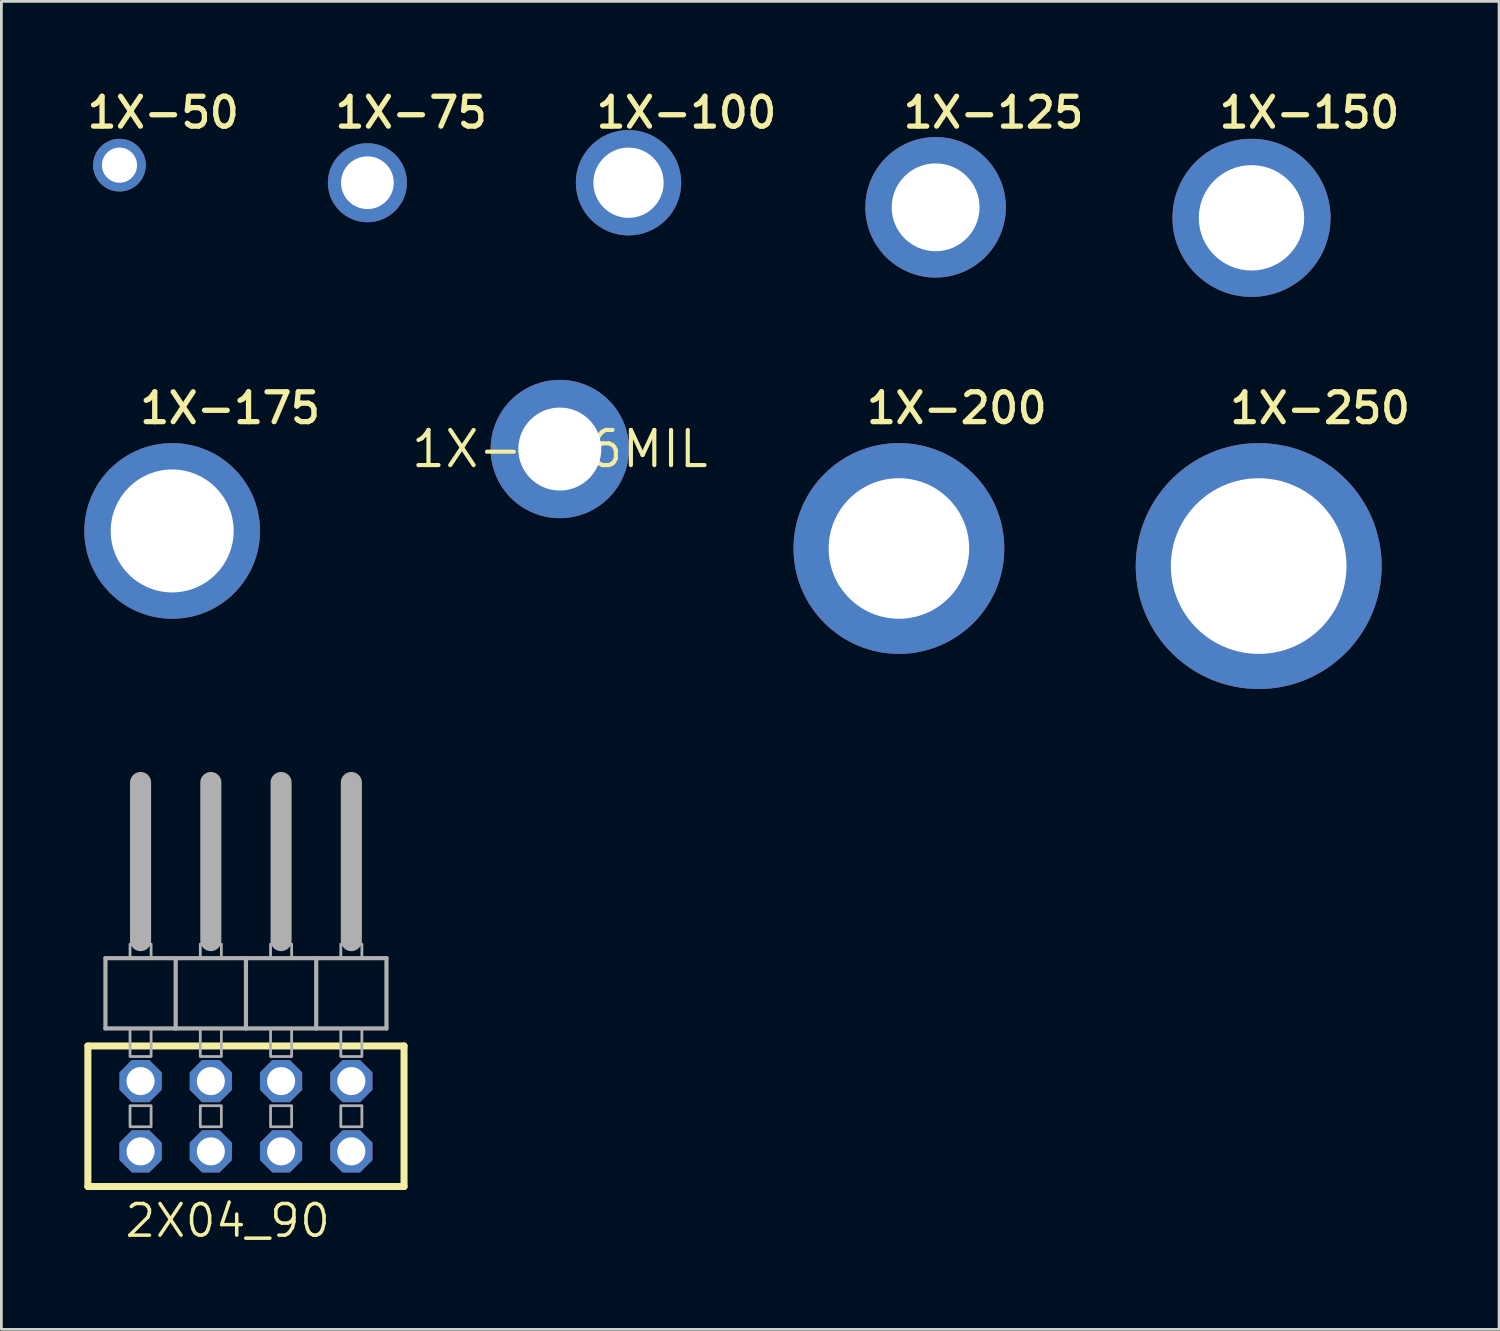
<source format=kicad_pcb>
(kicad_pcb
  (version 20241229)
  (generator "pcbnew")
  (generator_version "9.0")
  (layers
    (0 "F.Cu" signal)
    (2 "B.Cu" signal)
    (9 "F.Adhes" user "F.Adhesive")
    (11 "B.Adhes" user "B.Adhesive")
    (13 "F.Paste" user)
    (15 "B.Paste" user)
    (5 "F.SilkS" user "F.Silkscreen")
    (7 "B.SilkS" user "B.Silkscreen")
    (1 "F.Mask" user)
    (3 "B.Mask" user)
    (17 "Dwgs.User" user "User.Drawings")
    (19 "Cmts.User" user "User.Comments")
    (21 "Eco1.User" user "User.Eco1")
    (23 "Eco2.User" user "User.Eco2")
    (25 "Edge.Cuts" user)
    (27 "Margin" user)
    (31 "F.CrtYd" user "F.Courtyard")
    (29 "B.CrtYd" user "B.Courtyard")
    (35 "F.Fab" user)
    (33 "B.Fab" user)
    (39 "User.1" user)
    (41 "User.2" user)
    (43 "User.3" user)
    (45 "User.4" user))
  (footprint "1X-196MIL"
    (layer "F.Cu")
    (at 17.188 13.184)
    (property "Reference" "1X-196MIL" (at 0 0 0) (layer "F.SilkS") (effects (font (size 1.27 1.27) (thickness 0.15))))
    (pad "P$1" thru_hole circle (at 0 0) (size 5 5) (drill 3) (layers "*.Cu" "*.Mask")))
  (footprint "1X-250"
    (layer "F.Cu")
    (at 42.455 17.415)
    (property "Reference" "1X-250" (at -1.143 -5.08 0) (unlocked yes) (layer "F.SilkS") (effects (font (size 1.079 1.079) (thickness 0.191)) (justify left bottom)))
    (pad "P$1" thru_hole circle (at 0 0) (size 8.89 8.89) (drill 6.35) (layers "*.Cu" "*.Mask")))
  (footprint "1X-125"
    (layer "F.Cu")
    (at 30.775 4.445)
    (property "Reference" "1X-125" (at -1.27 -2.794 0) (unlocked yes) (layer "F.SilkS") (effects (font (size 1.079 1.079) (thickness 0.191)) (justify left bottom)))
    (pad "P$1" thru_hole circle (at 0 0) (size 5.08 5.08) (drill 3.175) (layers "*.Cu" "*.Mask")))
  (footprint "1X-50"
    (layer "F.Cu")
    (at 1.27 2.921)
    (property "Reference" "1X-50" (at -1.27 -1.27 0) (unlocked yes) (layer "F.SilkS") (effects (font (size 1.079 1.079) (thickness 0.191)) (justify left bottom)))
    (pad "P$1" thru_hole circle (at 0 0) (size 1.905 1.905) (drill 1.27) (layers "*.Cu" "*.Mask")))
  (footprint "1X-100"
    (layer "F.Cu")
    (at 19.673 3.556)
    (property "Reference" "1X-100" (at -1.27 -1.905 0) (unlocked yes) (layer "F.SilkS") (effects (font (size 1.079 1.079) (thickness 0.191)) (justify left bottom)))
    (pad "P$1" thru_hole circle (at 0 0) (size 3.81 3.81) (drill 2.54) (layers "*.Cu" "*.Mask")))
  (footprint "1X-175"
    (layer "F.Cu")
    (at 3.175 16.145)
    (property "Reference" "1X-175" (at -1.27 -3.81 0) (unlocked yes) (layer "F.SilkS") (effects (font (size 1.079 1.079) (thickness 0.191)) (justify left bottom)))
    (pad "P$1" thru_hole circle (at 0 0) (size 6.35 6.35) (drill 4.445) (layers "*.Cu" "*.Mask")))
  (footprint "1X-150"
    (layer "F.Cu")
    (at 42.195 4.826)
    (property "Reference" "1X-150" (at -1.27 -3.175 0) (unlocked yes) (layer "F.SilkS") (effects (font (size 1.079 1.079) (thickness 0.191)) (justify left bottom)))
    (pad "P$1" thru_hole circle (at 0 0) (size 5.715 5.715) (drill 3.81) (layers "*.Cu" "*.Mask")))
  (footprint "1X-75"
    (layer "F.Cu")
    (at 10.233 3.556)
    (property "Reference" "1X-75" (at -1.27 -1.905 0) (unlocked yes) (layer "F.SilkS") (effects (font (size 1.079 1.079) (thickness 0.191)) (justify left bottom)))
    (pad "P$1" thru_hole circle (at 0 0) (size 2.857 2.857) (drill 1.905) (layers "*.Cu" "*.Mask")))
  (footprint "2X04_90"
    (layer "F.Cu")
    (at 5.842 32.225)
    (property "Reference" "2X04_90" (at -4.445 9.525 0) (unlocked yes) (layer "F.SilkS") (effects (font (size 1.143 1.143) (thickness 0.127)) (justify left bottom)))
    (fp_line (start -5.715 2.54) (end 5.715 2.54) (stroke (width 0.254) (type solid)) (layer "F.SilkS"))
    (fp_line (start -5.715 7.62) (end -5.715 2.54) (stroke (width 0.254) (type solid)) (layer "F.SilkS"))
    (fp_line (start 5.715 2.54) (end 5.715 7.62) (stroke (width 0.254) (type solid)) (layer "F.SilkS"))
    (fp_line (start 5.715 7.62) (end -5.715 7.62) (stroke (width 0.254) (type solid)) (layer "F.SilkS"))
    (fp_line (start -5.08 -0.635) (end -5.08 1.905) (stroke (width 0.152) (type solid)) (layer "F.Fab"))
    (fp_line (start -5.08 1.905) (end -2.54 1.905) (stroke (width 0.152) (type solid)) (layer "F.Fab"))
    (fp_line (start -3.81 -6.985) (end -3.81 -1.27) (stroke (width 0.762) (type solid)) (layer "F.Fab"))
    (fp_line (start -2.54 -0.635) (end -5.08 -0.635) (stroke (width 0.152) (type solid)) (layer "F.Fab"))
    (fp_line (start -2.54 1.905) (end -2.54 -0.635) (stroke (width 0.152) (type solid)) (layer "F.Fab"))
    (fp_line (start -2.54 1.905) (end 0 1.905) (stroke (width 0.152) (type solid)) (layer "F.Fab"))
    (fp_line (start -1.27 -6.985) (end -1.27 -1.27) (stroke (width 0.762) (type solid)) (layer "F.Fab"))
    (fp_line (start 0 -0.635) (end -2.54 -0.635) (stroke (width 0.152) (type solid)) (layer "F.Fab"))
    (fp_line (start 0 1.905) (end 0 -0.635) (stroke (width 0.152) (type solid)) (layer "F.Fab"))
    (fp_line (start 0 1.905) (end 2.54 1.905) (stroke (width 0.152) (type solid)) (layer "F.Fab"))
    (fp_line (start 1.27 -6.985) (end 1.27 -1.27) (stroke (width 0.762) (type solid)) (layer "F.Fab"))
    (fp_line (start 2.54 -0.635) (end 0 -0.635) (stroke (width 0.152) (type solid)) (layer "F.Fab"))
    (fp_line (start 2.54 1.905) (end 2.54 -0.635) (stroke (width 0.152) (type solid)) (layer "F.Fab"))
    (fp_line (start 2.54 1.905) (end 5.08 1.905) (stroke (width 0.152) (type solid)) (layer "F.Fab"))
    (fp_line (start 3.81 -6.985) (end 3.81 -1.27) (stroke (width 0.762) (type solid)) (layer "F.Fab"))
    (fp_line (start 5.08 -0.635) (end 2.54 -0.635) (stroke (width 0.152) (type solid)) (layer "F.Fab"))
    (fp_line (start 5.08 1.905) (end 5.08 -0.635) (stroke (width 0.152) (type solid)) (layer "F.Fab"))
    (fp_poly (pts (xy -4.191 -0.635) (xy -3.429 -0.635) (xy -3.429 -1.143) (xy -4.191 -1.143)) (stroke (width 0.1) (type default)) (fill no) (layer "F.Fab"))
    (fp_poly (pts (xy -4.191 2.921) (xy -3.429 2.921) (xy -3.429 1.905) (xy -4.191 1.905)) (stroke (width 0.1) (type default)) (fill no) (layer "F.Fab"))
    (fp_poly (pts (xy -4.191 5.461) (xy -3.429 5.461) (xy -3.429 4.699) (xy -4.191 4.699)) (stroke (width 0.1) (type default)) (fill no) (layer "F.Fab"))
    (fp_poly (pts (xy -1.651 -0.635) (xy -0.889 -0.635) (xy -0.889 -1.143) (xy -1.651 -1.143)) (stroke (width 0.1) (type default)) (fill no) (layer "F.Fab"))
    (fp_poly (pts (xy -1.651 2.921) (xy -0.889 2.921) (xy -0.889 1.905) (xy -1.651 1.905)) (stroke (width 0.1) (type default)) (fill no) (layer "F.Fab"))
    (fp_poly (pts (xy -1.651 5.461) (xy -0.889 5.461) (xy -0.889 4.699) (xy -1.651 4.699)) (stroke (width 0.1) (type default)) (fill no) (layer "F.Fab"))
    (fp_poly (pts (xy 0.889 -0.635) (xy 1.651 -0.635) (xy 1.651 -1.143) (xy 0.889 -1.143)) (stroke (width 0.1) (type default)) (fill no) (layer "F.Fab"))
    (fp_poly (pts (xy 0.889 2.921) (xy 1.651 2.921) (xy 1.651 1.905) (xy 0.889 1.905)) (stroke (width 0.1) (type default)) (fill no) (layer "F.Fab"))
    (fp_poly (pts (xy 0.889 5.461) (xy 1.651 5.461) (xy 1.651 4.699) (xy 0.889 4.699)) (stroke (width 0.1) (type default)) (fill no) (layer "F.Fab"))
    (fp_poly (pts (xy 3.429 -0.635) (xy 4.191 -0.635) (xy 4.191 -1.143) (xy 3.429 -1.143)) (stroke (width 0.1) (type default)) (fill no) (layer "F.Fab"))
    (fp_poly (pts (xy 3.429 2.921) (xy 4.191 2.921) (xy 4.191 1.905) (xy 3.429 1.905)) (stroke (width 0.1) (type default)) (fill no) (layer "F.Fab"))
    (fp_poly (pts (xy 3.429 5.461) (xy 4.191 5.461) (xy 4.191 4.699) (xy 3.429 4.699)) (stroke (width 0.1) (type default)) (fill no) (layer "F.Fab"))
    (pad "1" thru_hole roundrect (at -3.81 6.35) (size 1.524 1.524) (drill 1.016) (layers "*.Cu" "*.Mask") (roundrect_rratio 0.25) (chamfer_ratio 0.293) (chamfer top_left top_right bottom_left bottom_right))
    (pad "2" thru_hole roundrect (at -3.81 3.81) (size 1.524 1.524) (drill 1.016) (layers "*.Cu" "*.Mask") (roundrect_rratio 0.25) (chamfer_ratio 0.293) (chamfer top_left top_right bottom_left bottom_right))
    (pad "3" thru_hole roundrect (at -1.27 6.35) (size 1.524 1.524) (drill 1.016) (layers "*.Cu" "*.Mask") (roundrect_rratio 0.25) (chamfer_ratio 0.293) (chamfer top_left top_right bottom_left bottom_right))
    (pad "4" thru_hole roundrect (at -1.27 3.81) (size 1.524 1.524) (drill 1.016) (layers "*.Cu" "*.Mask") (roundrect_rratio 0.25) (chamfer_ratio 0.293) (chamfer top_left top_right bottom_left bottom_right))
    (pad "5" thru_hole roundrect (at 1.27 6.35) (size 1.524 1.524) (drill 1.016) (layers "*.Cu" "*.Mask") (roundrect_rratio 0.25) (chamfer_ratio 0.293) (chamfer top_left top_right bottom_left bottom_right))
    (pad "6" thru_hole roundrect (at 1.27 3.81) (size 1.524 1.524) (drill 1.016) (layers "*.Cu" "*.Mask") (roundrect_rratio 0.25) (chamfer_ratio 0.293) (chamfer top_left top_right bottom_left bottom_right))
    (pad "7" thru_hole roundrect (at 3.81 6.35) (size 1.524 1.524) (drill 1.016) (layers "*.Cu" "*.Mask") (roundrect_rratio 0.25) (chamfer_ratio 0.293) (chamfer top_left top_right bottom_left bottom_right))
    (pad "8" thru_hole roundrect (at 3.81 3.81) (size 1.524 1.524) (drill 1.016) (layers "*.Cu" "*.Mask") (roundrect_rratio 0.25) (chamfer_ratio 0.293) (chamfer top_left top_right bottom_left bottom_right)))
  (footprint "1X-200"
    (layer "F.Cu")
    (at 29.448 16.779)
    (property "Reference" "1X-200" (at -1.27 -4.445 0) (unlocked yes) (layer "F.SilkS") (effects (font (size 1.079 1.079) (thickness 0.191)) (justify left bottom)))
    (pad "P$1" thru_hole circle (at 0 0) (size 7.62 7.62) (drill 5.08) (layers "*.Cu" "*.Mask")))
  (gr_rect
    (start -3 -3)
    (end 51.145 45.01)
    (stroke (width 0.1) (type default))
    (fill no)
    (layer "Edge.Cuts")))
</source>
